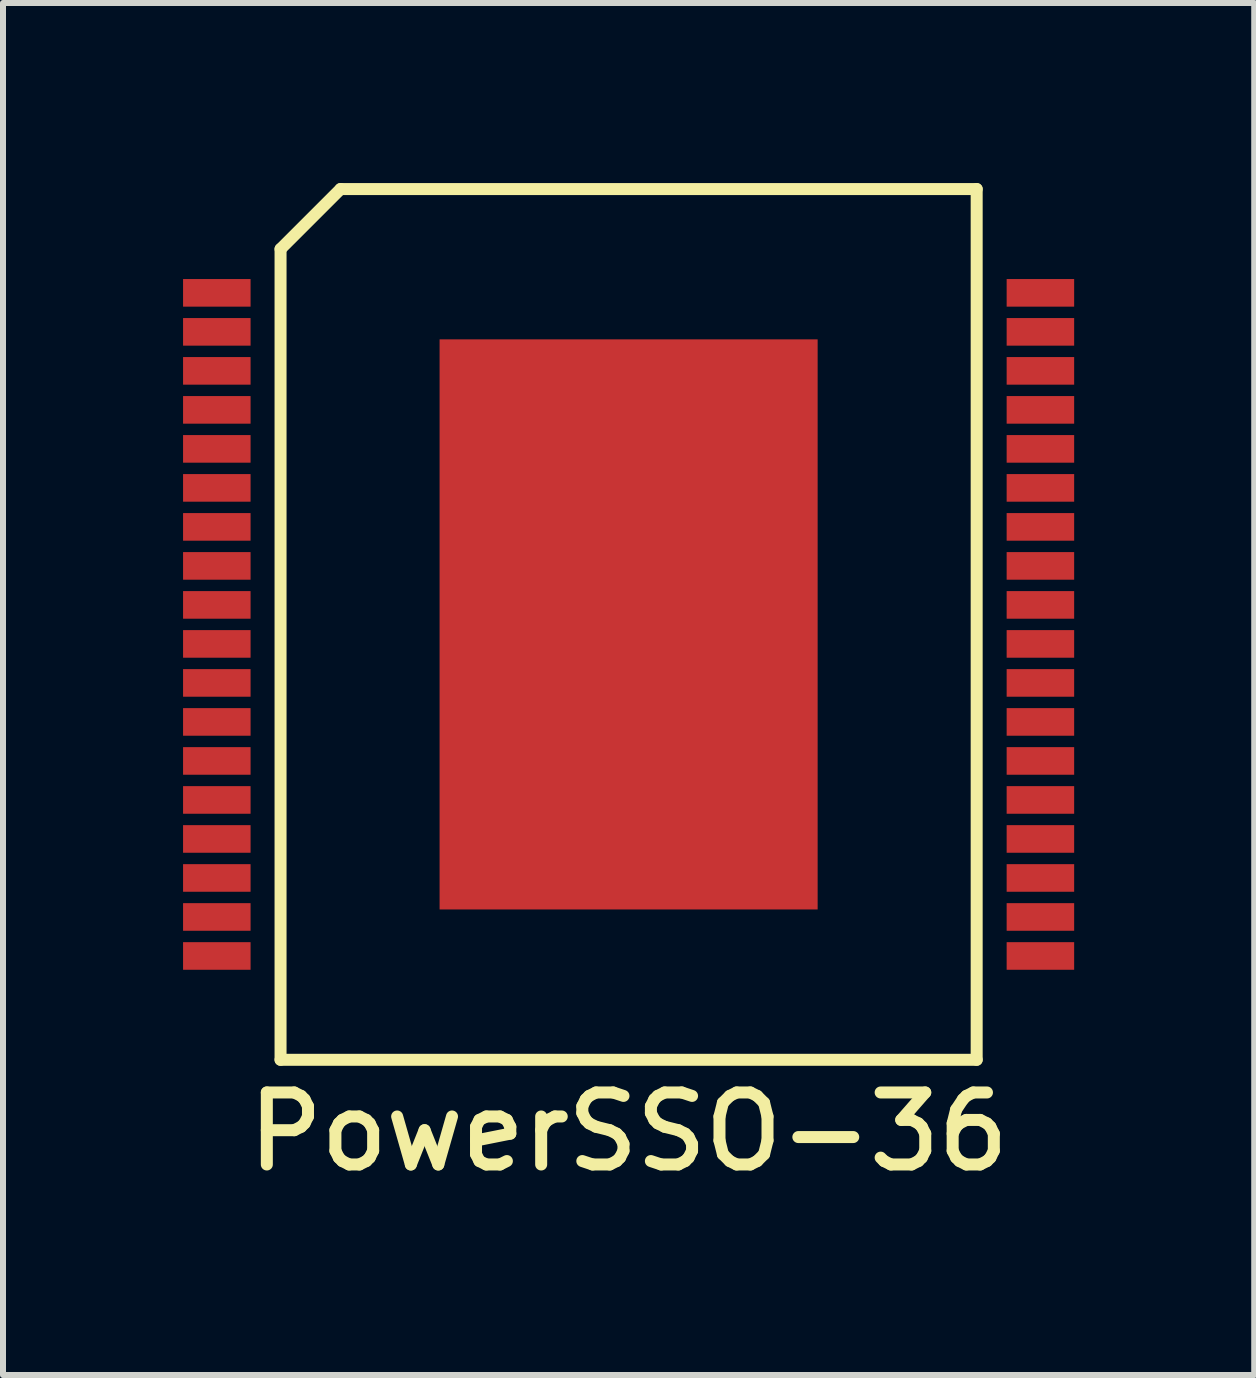
<source format=kicad_pcb>
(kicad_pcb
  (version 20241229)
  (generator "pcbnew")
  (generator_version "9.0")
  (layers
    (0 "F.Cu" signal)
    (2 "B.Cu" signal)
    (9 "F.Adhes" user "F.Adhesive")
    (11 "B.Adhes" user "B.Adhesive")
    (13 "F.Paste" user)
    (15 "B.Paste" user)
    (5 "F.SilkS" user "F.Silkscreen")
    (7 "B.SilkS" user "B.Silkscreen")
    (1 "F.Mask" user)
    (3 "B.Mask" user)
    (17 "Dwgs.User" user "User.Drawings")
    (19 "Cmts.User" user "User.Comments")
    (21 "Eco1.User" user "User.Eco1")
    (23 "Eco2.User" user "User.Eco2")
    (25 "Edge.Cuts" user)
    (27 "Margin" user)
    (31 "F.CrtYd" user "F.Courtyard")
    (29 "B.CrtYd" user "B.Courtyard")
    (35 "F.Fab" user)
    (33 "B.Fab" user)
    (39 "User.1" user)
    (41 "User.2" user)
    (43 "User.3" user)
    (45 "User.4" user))
  (footprint "PowerSSO-36"
    (layer "F.Cu")
    (at 7.425 7.355)
    (property "Reference" "PowerSSO-36" (at 0 8.455 0) (layer "F.SilkS") (effects (font (size 1.2 1.2) (thickness 0.2))))
    (attr through_hole)
    (fp_line (start -5.8 -6.255) (end -5.8 7.255) (stroke (width 0.2) (type solid)) (layer "F.SilkS"))
    (fp_line (start -5.8 7.255) (end 5.8 7.255) (stroke (width 0.2) (type solid)) (layer "F.SilkS"))
    (fp_line (start -4.8 -7.255) (end -5.8 -6.255) (stroke (width 0.2) (type solid)) (layer "F.SilkS"))
    (fp_line (start 5.8 -7.255) (end -4.8 -7.255) (stroke (width 0.2) (type solid)) (layer "F.SilkS"))
    (fp_line (start 5.8 7.255) (end 5.8 -7.255) (stroke (width 0.2) (type solid)) (layer "F.SilkS"))
    (pad "1" smd rect (at -6.862 -5.525) (size 1.125 0.46) (layers "F.Cu" "F.Mask" "F.Paste"))
    (pad "2" smd rect (at -6.862 -4.875) (size 1.125 0.46) (layers "F.Cu" "F.Mask" "F.Paste"))
    (pad "3" smd rect (at -6.862 -4.225) (size 1.125 0.46) (layers "F.Cu" "F.Mask" "F.Paste"))
    (pad "4" smd rect (at -6.862 -3.575) (size 1.125 0.46) (layers "F.Cu" "F.Mask" "F.Paste"))
    (pad "5" smd rect (at -6.862 -2.925) (size 1.125 0.46) (layers "F.Cu" "F.Mask" "F.Paste"))
    (pad "6" smd rect (at -6.862 -2.275) (size 1.125 0.46) (layers "F.Cu" "F.Mask" "F.Paste"))
    (pad "7" smd rect (at -6.862 -1.625) (size 1.125 0.46) (layers "F.Cu" "F.Mask" "F.Paste"))
    (pad "8" smd rect (at -6.862 -0.975) (size 1.125 0.46) (layers "F.Cu" "F.Mask" "F.Paste"))
    (pad "9" smd rect (at -6.862 -0.325) (size 1.125 0.46) (layers "F.Cu" "F.Mask" "F.Paste"))
    (pad "10" smd rect (at -6.862 0.325) (size 1.125 0.46) (layers "F.Cu" "F.Mask" "F.Paste"))
    (pad "11" smd rect (at -6.862 0.975) (size 1.125 0.46) (layers "F.Cu" "F.Mask" "F.Paste"))
    (pad "12" smd rect (at -6.862 1.625) (size 1.125 0.46) (layers "F.Cu" "F.Mask" "F.Paste"))
    (pad "13" smd rect (at -6.862 2.275) (size 1.125 0.46) (layers "F.Cu" "F.Mask" "F.Paste"))
    (pad "14" smd rect (at -6.862 2.925) (size 1.125 0.46) (layers "F.Cu" "F.Mask" "F.Paste"))
    (pad "15" smd rect (at -6.862 3.575) (size 1.125 0.46) (layers "F.Cu" "F.Mask" "F.Paste"))
    (pad "16" smd rect (at -6.862 4.225) (size 1.125 0.46) (layers "F.Cu" "F.Mask" "F.Paste"))
    (pad "17" smd rect (at -6.862 4.875) (size 1.125 0.46) (layers "F.Cu" "F.Mask" "F.Paste"))
    (pad "18" smd rect (at -6.862 5.525) (size 1.125 0.46) (layers "F.Cu" "F.Mask" "F.Paste"))
    (pad "19" smd rect (at 6.862 5.525) (size 1.125 0.46) (layers "F.Cu" "F.Mask" "F.Paste"))
    (pad "20" smd rect (at 6.862 4.875) (size 1.125 0.46) (layers "F.Cu" "F.Mask" "F.Paste"))
    (pad "21" smd rect (at 6.862 4.225) (size 1.125 0.46) (layers "F.Cu" "F.Mask" "F.Paste"))
    (pad "22" smd rect (at 6.862 3.575) (size 1.125 0.46) (layers "F.Cu" "F.Mask" "F.Paste"))
    (pad "23" smd rect (at 6.862 2.925) (size 1.125 0.46) (layers "F.Cu" "F.Mask" "F.Paste"))
    (pad "24" smd rect (at 6.862 2.275) (size 1.125 0.46) (layers "F.Cu" "F.Mask" "F.Paste"))
    (pad "25" smd rect (at 6.862 1.625) (size 1.125 0.46) (layers "F.Cu" "F.Mask" "F.Paste"))
    (pad "26" smd rect (at 6.862 0.975) (size 1.125 0.46) (layers "F.Cu" "F.Mask" "F.Paste"))
    (pad "27" smd rect (at 6.862 0.325) (size 1.125 0.46) (layers "F.Cu" "F.Mask" "F.Paste"))
    (pad "28" smd rect (at 6.862 -0.325) (size 1.125 0.46) (layers "F.Cu" "F.Mask" "F.Paste"))
    (pad "29" smd rect (at 6.862 -0.975) (size 1.125 0.46) (layers "F.Cu" "F.Mask" "F.Paste"))
    (pad "30" smd rect (at 6.862 -1.625) (size 1.125 0.46) (layers "F.Cu" "F.Mask" "F.Paste"))
    (pad "31" smd rect (at 6.862 -2.275) (size 1.125 0.46) (layers "F.Cu" "F.Mask" "F.Paste"))
    (pad "32" smd rect (at 6.862 -2.925) (size 1.125 0.46) (layers "F.Cu" "F.Mask" "F.Paste"))
    (pad "33" smd rect (at 6.862 -3.575) (size 1.125 0.46) (layers "F.Cu" "F.Mask" "F.Paste"))
    (pad "34" smd rect (at 6.862 -4.225) (size 1.125 0.46) (layers "F.Cu" "F.Mask" "F.Paste"))
    (pad "35" smd rect (at 6.862 -4.875) (size 1.125 0.46) (layers "F.Cu" "F.Mask" "F.Paste"))
    (pad "36" smd rect (at 6.862 -5.525) (size 1.125 0.46) (layers "F.Cu" "F.Mask" "F.Paste"))
    (pad "37" smd rect (at 0 0) (size 6.3 9.5) (layers "F.Cu" "F.Mask" "F.Paste")))
  (gr_rect
    (start -3 -3)
    (end 17.85 19.863)
    (stroke (width 0.1) (type default))
    (fill no)
    (layer "Edge.Cuts")))
</source>
